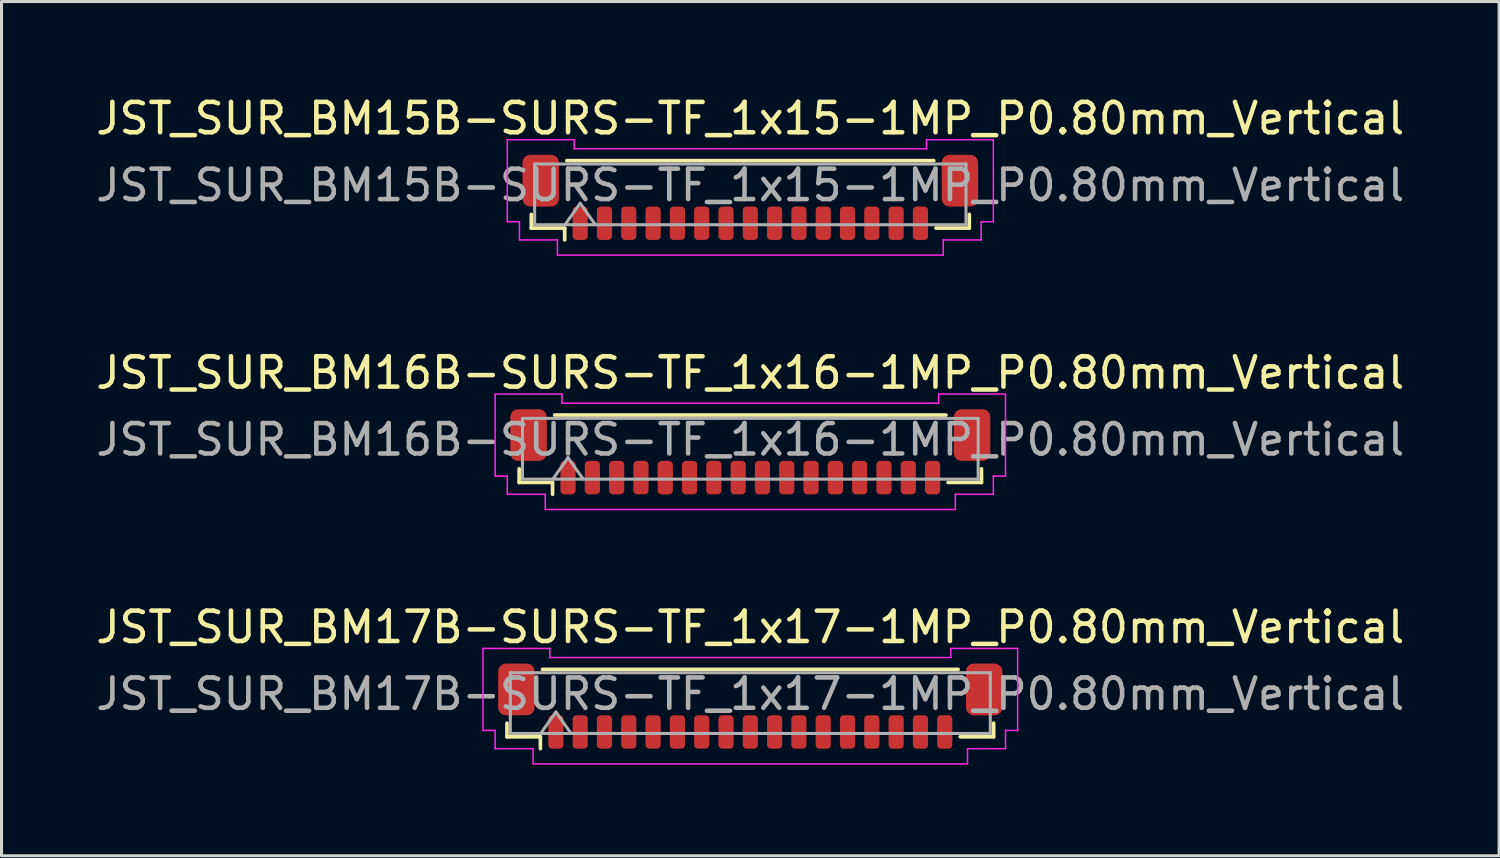
<source format=kicad_pcb>
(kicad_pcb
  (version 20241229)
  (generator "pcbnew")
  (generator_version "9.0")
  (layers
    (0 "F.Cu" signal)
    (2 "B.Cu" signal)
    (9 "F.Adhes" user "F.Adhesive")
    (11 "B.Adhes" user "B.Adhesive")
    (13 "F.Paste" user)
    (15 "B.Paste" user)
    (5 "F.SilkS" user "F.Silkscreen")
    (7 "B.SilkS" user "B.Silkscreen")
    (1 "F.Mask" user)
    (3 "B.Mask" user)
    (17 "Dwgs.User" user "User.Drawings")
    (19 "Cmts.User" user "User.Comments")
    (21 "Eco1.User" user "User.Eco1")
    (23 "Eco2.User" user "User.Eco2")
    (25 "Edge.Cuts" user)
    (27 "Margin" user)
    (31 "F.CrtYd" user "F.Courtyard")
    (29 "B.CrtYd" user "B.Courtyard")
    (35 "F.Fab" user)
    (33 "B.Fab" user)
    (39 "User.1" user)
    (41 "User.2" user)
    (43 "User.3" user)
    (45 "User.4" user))
  (footprint "JST_SUR_BM17B-SURS-TF_1x17-1MP_P0.80mm_Vertical"
    (layer "F.Cu")
    (at 21.649 20.195)
    (property "Reference" "JST_SUR_BM17B-SURS-TF_1x17-1MP_P0.80mm_Vertical" (at 0 -2.6 0) (layer "F.SilkS") (effects (font (size 1 1) (thickness 0.15))))
    (attr smd)
    (fp_line (start -8.01 0.56) (end -8.01 1.01) (stroke (width 0.12) (type solid)) (layer "F.SilkS"))
    (fp_line (start -8.01 1.01) (end -6.91 1.01) (stroke (width 0.12) (type solid)) (layer "F.SilkS"))
    (fp_line (start -6.91 1.01) (end -6.91 1.4) (stroke (width 0.12) (type solid)) (layer "F.SilkS"))
    (fp_line (start -6.84 -1.21) (end 6.84 -1.21) (stroke (width 0.12) (type solid)) (layer "F.SilkS"))
    (fp_line (start 8.01 0.56) (end 8.01 1.01) (stroke (width 0.12) (type solid)) (layer "F.SilkS"))
    (fp_line (start 8.01 1.01) (end 6.91 1.01) (stroke (width 0.12) (type solid)) (layer "F.SilkS"))
    (fp_line (start -8.8 -1.9) (end -6.6 -1.9) (stroke (width 0.05) (type solid)) (layer "F.CrtYd"))
    (fp_line (start -8.8 0.8) (end -8.8 -1.9) (stroke (width 0.05) (type solid)) (layer "F.CrtYd"))
    (fp_line (start -8.4 0.8) (end -8.8 0.8) (stroke (width 0.05) (type solid)) (layer "F.CrtYd"))
    (fp_line (start -8.4 1.4) (end -8.4 0.8) (stroke (width 0.05) (type solid)) (layer "F.CrtYd"))
    (fp_line (start -7.15 1.4) (end -8.4 1.4) (stroke (width 0.05) (type solid)) (layer "F.CrtYd"))
    (fp_line (start -7.15 1.9) (end -7.15 1.4) (stroke (width 0.05) (type solid)) (layer "F.CrtYd"))
    (fp_line (start -6.6 -1.9) (end -6.6 -1.6) (stroke (width 0.05) (type solid)) (layer "F.CrtYd"))
    (fp_line (start -6.6 -1.6) (end 6.6 -1.6) (stroke (width 0.05) (type solid)) (layer "F.CrtYd"))
    (fp_line (start 6.6 -1.9) (end 8.8 -1.9) (stroke (width 0.05) (type solid)) (layer "F.CrtYd"))
    (fp_line (start 6.6 -1.6) (end 6.6 -1.9) (stroke (width 0.05) (type solid)) (layer "F.CrtYd"))
    (fp_line (start 7.15 1.4) (end 7.15 1.9) (stroke (width 0.05) (type solid)) (layer "F.CrtYd"))
    (fp_line (start 7.15 1.9) (end -7.15 1.9) (stroke (width 0.05) (type solid)) (layer "F.CrtYd"))
    (fp_line (start 8.4 0.8) (end 8.4 1.4) (stroke (width 0.05) (type solid)) (layer "F.CrtYd"))
    (fp_line (start 8.4 1.4) (end 7.15 1.4) (stroke (width 0.05) (type solid)) (layer "F.CrtYd"))
    (fp_line (start 8.8 -1.9) (end 8.8 0.8) (stroke (width 0.05) (type solid)) (layer "F.CrtYd"))
    (fp_line (start 8.8 0.8) (end 8.4 0.8) (stroke (width 0.05) (type solid)) (layer "F.CrtYd"))
    (fp_line (start -7.9 -1.1) (end 7.9 -1.1) (stroke (width 0.1) (type solid)) (layer "F.Fab"))
    (fp_line (start -7.9 0.9) (end -7.9 -1.1) (stroke (width 0.1) (type solid)) (layer "F.Fab"))
    (fp_line (start -7.9 0.9) (end 7.9 0.9) (stroke (width 0.1) (type solid)) (layer "F.Fab"))
    (fp_line (start -6.9 0.9) (end -6.4 0.193) (stroke (width 0.1) (type solid)) (layer "F.Fab"))
    (fp_line (start -6.4 0.193) (end -5.9 0.9) (stroke (width 0.1) (type solid)) (layer "F.Fab"))
    (fp_line (start 7.9 0.9) (end 7.9 -1.1) (stroke (width 0.1) (type solid)) (layer "F.Fab"))
    (fp_text user "${REFERENCE}" (at 0 -0.4 0) (layer "F.Fab") (effects (font (size 1 1) (thickness 0.15))))
    (pad "1" smd roundrect (at -6.4 0.85) (size 0.5 1.1) (layers "F.Cu" "F.Mask" "F.Paste") (roundrect_rratio 0.25))
    (pad "2" smd roundrect (at -5.6 0.85) (size 0.5 1.1) (layers "F.Cu" "F.Mask" "F.Paste") (roundrect_rratio 0.25))
    (pad "3" smd roundrect (at -4.8 0.85) (size 0.5 1.1) (layers "F.Cu" "F.Mask" "F.Paste") (roundrect_rratio 0.25))
    (pad "4" smd roundrect (at -4 0.85) (size 0.5 1.1) (layers "F.Cu" "F.Mask" "F.Paste") (roundrect_rratio 0.25))
    (pad "5" smd roundrect (at -3.2 0.85) (size 0.5 1.1) (layers "F.Cu" "F.Mask" "F.Paste") (roundrect_rratio 0.25))
    (pad "6" smd roundrect (at -2.4 0.85) (size 0.5 1.1) (layers "F.Cu" "F.Mask" "F.Paste") (roundrect_rratio 0.25))
    (pad "7" smd roundrect (at -1.6 0.85) (size 0.5 1.1) (layers "F.Cu" "F.Mask" "F.Paste") (roundrect_rratio 0.25))
    (pad "8" smd roundrect (at -0.8 0.85) (size 0.5 1.1) (layers "F.Cu" "F.Mask" "F.Paste") (roundrect_rratio 0.25))
    (pad "9" smd roundrect (at 0 0.85) (size 0.5 1.1) (layers "F.Cu" "F.Mask" "F.Paste") (roundrect_rratio 0.25))
    (pad "10" smd roundrect (at 0.8 0.85) (size 0.5 1.1) (layers "F.Cu" "F.Mask" "F.Paste") (roundrect_rratio 0.25))
    (pad "11" smd roundrect (at 1.6 0.85) (size 0.5 1.1) (layers "F.Cu" "F.Mask" "F.Paste") (roundrect_rratio 0.25))
    (pad "12" smd roundrect (at 2.4 0.85) (size 0.5 1.1) (layers "F.Cu" "F.Mask" "F.Paste") (roundrect_rratio 0.25))
    (pad "13" smd roundrect (at 3.2 0.85) (size 0.5 1.1) (layers "F.Cu" "F.Mask" "F.Paste") (roundrect_rratio 0.25))
    (pad "14" smd roundrect (at 4 0.85) (size 0.5 1.1) (layers "F.Cu" "F.Mask" "F.Paste") (roundrect_rratio 0.25))
    (pad "15" smd roundrect (at 4.8 0.85) (size 0.5 1.1) (layers "F.Cu" "F.Mask" "F.Paste") (roundrect_rratio 0.25))
    (pad "16" smd roundrect (at 5.6 0.85) (size 0.5 1.1) (layers "F.Cu" "F.Mask" "F.Paste") (roundrect_rratio 0.25))
    (pad "17" smd roundrect (at 6.4 0.85) (size 0.5 1.1) (layers "F.Cu" "F.Mask" "F.Paste") (roundrect_rratio 0.25))
    (pad "MP" smd roundrect (at -7.7 -0.55) (size 1.2 1.7) (layers "F.Cu" "F.Mask" "F.Paste") (roundrect_rratio 0.208))
    (pad "MP" smd roundrect (at 7.7 -0.55) (size 1.2 1.7) (layers "F.Cu" "F.Mask" "F.Paste") (roundrect_rratio 0.208)))
  (footprint "JST_SUR_BM15B-SURS-TF_1x15-1MP_P0.80mm_Vertical"
    (layer "F.Cu")
    (at 21.649 3.448)
    (property "Reference" "JST_SUR_BM15B-SURS-TF_1x15-1MP_P0.80mm_Vertical" (at 0 -2.6 0) (layer "F.SilkS") (effects (font (size 1 1) (thickness 0.15))))
    (attr smd)
    (fp_line (start -7.21 0.56) (end -7.21 1.01) (stroke (width 0.12) (type solid)) (layer "F.SilkS"))
    (fp_line (start -7.21 1.01) (end -6.11 1.01) (stroke (width 0.12) (type solid)) (layer "F.SilkS"))
    (fp_line (start -6.11 1.01) (end -6.11 1.4) (stroke (width 0.12) (type solid)) (layer "F.SilkS"))
    (fp_line (start -6.04 -1.21) (end 6.04 -1.21) (stroke (width 0.12) (type solid)) (layer "F.SilkS"))
    (fp_line (start 7.21 0.56) (end 7.21 1.01) (stroke (width 0.12) (type solid)) (layer "F.SilkS"))
    (fp_line (start 7.21 1.01) (end 6.11 1.01) (stroke (width 0.12) (type solid)) (layer "F.SilkS"))
    (fp_line (start -8 -1.9) (end -5.8 -1.9) (stroke (width 0.05) (type solid)) (layer "F.CrtYd"))
    (fp_line (start -8 0.8) (end -8 -1.9) (stroke (width 0.05) (type solid)) (layer "F.CrtYd"))
    (fp_line (start -7.6 0.8) (end -8 0.8) (stroke (width 0.05) (type solid)) (layer "F.CrtYd"))
    (fp_line (start -7.6 1.4) (end -7.6 0.8) (stroke (width 0.05) (type solid)) (layer "F.CrtYd"))
    (fp_line (start -6.35 1.4) (end -7.6 1.4) (stroke (width 0.05) (type solid)) (layer "F.CrtYd"))
    (fp_line (start -6.35 1.9) (end -6.35 1.4) (stroke (width 0.05) (type solid)) (layer "F.CrtYd"))
    (fp_line (start -5.8 -1.9) (end -5.8 -1.6) (stroke (width 0.05) (type solid)) (layer "F.CrtYd"))
    (fp_line (start -5.8 -1.6) (end 5.8 -1.6) (stroke (width 0.05) (type solid)) (layer "F.CrtYd"))
    (fp_line (start 5.8 -1.9) (end 8 -1.9) (stroke (width 0.05) (type solid)) (layer "F.CrtYd"))
    (fp_line (start 5.8 -1.6) (end 5.8 -1.9) (stroke (width 0.05) (type solid)) (layer "F.CrtYd"))
    (fp_line (start 6.35 1.4) (end 6.35 1.9) (stroke (width 0.05) (type solid)) (layer "F.CrtYd"))
    (fp_line (start 6.35 1.9) (end -6.35 1.9) (stroke (width 0.05) (type solid)) (layer "F.CrtYd"))
    (fp_line (start 7.6 0.8) (end 7.6 1.4) (stroke (width 0.05) (type solid)) (layer "F.CrtYd"))
    (fp_line (start 7.6 1.4) (end 6.35 1.4) (stroke (width 0.05) (type solid)) (layer "F.CrtYd"))
    (fp_line (start 8 -1.9) (end 8 0.8) (stroke (width 0.05) (type solid)) (layer "F.CrtYd"))
    (fp_line (start 8 0.8) (end 7.6 0.8) (stroke (width 0.05) (type solid)) (layer "F.CrtYd"))
    (fp_line (start -7.1 -1.1) (end 7.1 -1.1) (stroke (width 0.1) (type solid)) (layer "F.Fab"))
    (fp_line (start -7.1 0.9) (end -7.1 -1.1) (stroke (width 0.1) (type solid)) (layer "F.Fab"))
    (fp_line (start -7.1 0.9) (end 7.1 0.9) (stroke (width 0.1) (type solid)) (layer "F.Fab"))
    (fp_line (start -6.1 0.9) (end -5.6 0.193) (stroke (width 0.1) (type solid)) (layer "F.Fab"))
    (fp_line (start -5.6 0.193) (end -5.1 0.9) (stroke (width 0.1) (type solid)) (layer "F.Fab"))
    (fp_line (start 7.1 0.9) (end 7.1 -1.1) (stroke (width 0.1) (type solid)) (layer "F.Fab"))
    (fp_text user "${REFERENCE}" (at 0 -0.4 0) (layer "F.Fab") (effects (font (size 1 1) (thickness 0.15))))
    (pad "1" smd roundrect (at -5.6 0.85) (size 0.5 1.1) (layers "F.Cu" "F.Mask" "F.Paste") (roundrect_rratio 0.25))
    (pad "2" smd roundrect (at -4.8 0.85) (size 0.5 1.1) (layers "F.Cu" "F.Mask" "F.Paste") (roundrect_rratio 0.25))
    (pad "3" smd roundrect (at -4 0.85) (size 0.5 1.1) (layers "F.Cu" "F.Mask" "F.Paste") (roundrect_rratio 0.25))
    (pad "4" smd roundrect (at -3.2 0.85) (size 0.5 1.1) (layers "F.Cu" "F.Mask" "F.Paste") (roundrect_rratio 0.25))
    (pad "5" smd roundrect (at -2.4 0.85) (size 0.5 1.1) (layers "F.Cu" "F.Mask" "F.Paste") (roundrect_rratio 0.25))
    (pad "6" smd roundrect (at -1.6 0.85) (size 0.5 1.1) (layers "F.Cu" "F.Mask" "F.Paste") (roundrect_rratio 0.25))
    (pad "7" smd roundrect (at -0.8 0.85) (size 0.5 1.1) (layers "F.Cu" "F.Mask" "F.Paste") (roundrect_rratio 0.25))
    (pad "8" smd roundrect (at 0 0.85) (size 0.5 1.1) (layers "F.Cu" "F.Mask" "F.Paste") (roundrect_rratio 0.25))
    (pad "9" smd roundrect (at 0.8 0.85) (size 0.5 1.1) (layers "F.Cu" "F.Mask" "F.Paste") (roundrect_rratio 0.25))
    (pad "10" smd roundrect (at 1.6 0.85) (size 0.5 1.1) (layers "F.Cu" "F.Mask" "F.Paste") (roundrect_rratio 0.25))
    (pad "11" smd roundrect (at 2.4 0.85) (size 0.5 1.1) (layers "F.Cu" "F.Mask" "F.Paste") (roundrect_rratio 0.25))
    (pad "12" smd roundrect (at 3.2 0.85) (size 0.5 1.1) (layers "F.Cu" "F.Mask" "F.Paste") (roundrect_rratio 0.25))
    (pad "13" smd roundrect (at 4 0.85) (size 0.5 1.1) (layers "F.Cu" "F.Mask" "F.Paste") (roundrect_rratio 0.25))
    (pad "14" smd roundrect (at 4.8 0.85) (size 0.5 1.1) (layers "F.Cu" "F.Mask" "F.Paste") (roundrect_rratio 0.25))
    (pad "15" smd roundrect (at 5.6 0.85) (size 0.5 1.1) (layers "F.Cu" "F.Mask" "F.Paste") (roundrect_rratio 0.25))
    (pad "MP" smd roundrect (at -6.9 -0.55) (size 1.2 1.7) (layers "F.Cu" "F.Mask" "F.Paste") (roundrect_rratio 0.208))
    (pad "MP" smd roundrect (at 6.9 -0.55) (size 1.2 1.7) (layers "F.Cu" "F.Mask" "F.Paste") (roundrect_rratio 0.208)))
  (footprint "JST_SUR_BM16B-SURS-TF_1x16-1MP_P0.80mm_Vertical"
    (layer "F.Cu")
    (at 21.649 11.822)
    (property "Reference" "JST_SUR_BM16B-SURS-TF_1x16-1MP_P0.80mm_Vertical" (at 0 -2.6 0) (layer "F.SilkS") (effects (font (size 1 1) (thickness 0.15))))
    (attr smd)
    (fp_line (start -7.61 0.56) (end -7.61 1.01) (stroke (width 0.12) (type solid)) (layer "F.SilkS"))
    (fp_line (start -7.61 1.01) (end -6.51 1.01) (stroke (width 0.12) (type solid)) (layer "F.SilkS"))
    (fp_line (start -6.51 1.01) (end -6.51 1.4) (stroke (width 0.12) (type solid)) (layer "F.SilkS"))
    (fp_line (start -6.44 -1.21) (end 6.44 -1.21) (stroke (width 0.12) (type solid)) (layer "F.SilkS"))
    (fp_line (start 7.61 0.56) (end 7.61 1.01) (stroke (width 0.12) (type solid)) (layer "F.SilkS"))
    (fp_line (start 7.61 1.01) (end 6.51 1.01) (stroke (width 0.12) (type solid)) (layer "F.SilkS"))
    (fp_line (start -8.4 -1.9) (end -6.2 -1.9) (stroke (width 0.05) (type solid)) (layer "F.CrtYd"))
    (fp_line (start -8.4 0.8) (end -8.4 -1.9) (stroke (width 0.05) (type solid)) (layer "F.CrtYd"))
    (fp_line (start -8 0.8) (end -8.4 0.8) (stroke (width 0.05) (type solid)) (layer "F.CrtYd"))
    (fp_line (start -8 1.4) (end -8 0.8) (stroke (width 0.05) (type solid)) (layer "F.CrtYd"))
    (fp_line (start -6.75 1.4) (end -8 1.4) (stroke (width 0.05) (type solid)) (layer "F.CrtYd"))
    (fp_line (start -6.75 1.9) (end -6.75 1.4) (stroke (width 0.05) (type solid)) (layer "F.CrtYd"))
    (fp_line (start -6.2 -1.9) (end -6.2 -1.6) (stroke (width 0.05) (type solid)) (layer "F.CrtYd"))
    (fp_line (start -6.2 -1.6) (end 6.2 -1.6) (stroke (width 0.05) (type solid)) (layer "F.CrtYd"))
    (fp_line (start 6.2 -1.9) (end 8.4 -1.9) (stroke (width 0.05) (type solid)) (layer "F.CrtYd"))
    (fp_line (start 6.2 -1.6) (end 6.2 -1.9) (stroke (width 0.05) (type solid)) (layer "F.CrtYd"))
    (fp_line (start 6.75 1.4) (end 6.75 1.9) (stroke (width 0.05) (type solid)) (layer "F.CrtYd"))
    (fp_line (start 6.75 1.9) (end -6.75 1.9) (stroke (width 0.05) (type solid)) (layer "F.CrtYd"))
    (fp_line (start 8 0.8) (end 8 1.4) (stroke (width 0.05) (type solid)) (layer "F.CrtYd"))
    (fp_line (start 8 1.4) (end 6.75 1.4) (stroke (width 0.05) (type solid)) (layer "F.CrtYd"))
    (fp_line (start 8.4 -1.9) (end 8.4 0.8) (stroke (width 0.05) (type solid)) (layer "F.CrtYd"))
    (fp_line (start 8.4 0.8) (end 8 0.8) (stroke (width 0.05) (type solid)) (layer "F.CrtYd"))
    (fp_line (start -7.5 -1.1) (end 7.5 -1.1) (stroke (width 0.1) (type solid)) (layer "F.Fab"))
    (fp_line (start -7.5 0.9) (end -7.5 -1.1) (stroke (width 0.1) (type solid)) (layer "F.Fab"))
    (fp_line (start -7.5 0.9) (end 7.5 0.9) (stroke (width 0.1) (type solid)) (layer "F.Fab"))
    (fp_line (start -6.5 0.9) (end -6 0.193) (stroke (width 0.1) (type solid)) (layer "F.Fab"))
    (fp_line (start -6 0.193) (end -5.5 0.9) (stroke (width 0.1) (type solid)) (layer "F.Fab"))
    (fp_line (start 7.5 0.9) (end 7.5 -1.1) (stroke (width 0.1) (type solid)) (layer "F.Fab"))
    (fp_text user "${REFERENCE}" (at 0 -0.4 0) (layer "F.Fab") (effects (font (size 1 1) (thickness 0.15))))
    (pad "1" smd roundrect (at -6 0.85) (size 0.5 1.1) (layers "F.Cu" "F.Mask" "F.Paste") (roundrect_rratio 0.25))
    (pad "2" smd roundrect (at -5.2 0.85) (size 0.5 1.1) (layers "F.Cu" "F.Mask" "F.Paste") (roundrect_rratio 0.25))
    (pad "3" smd roundrect (at -4.4 0.85) (size 0.5 1.1) (layers "F.Cu" "F.Mask" "F.Paste") (roundrect_rratio 0.25))
    (pad "4" smd roundrect (at -3.6 0.85) (size 0.5 1.1) (layers "F.Cu" "F.Mask" "F.Paste") (roundrect_rratio 0.25))
    (pad "5" smd roundrect (at -2.8 0.85) (size 0.5 1.1) (layers "F.Cu" "F.Mask" "F.Paste") (roundrect_rratio 0.25))
    (pad "6" smd roundrect (at -2 0.85) (size 0.5 1.1) (layers "F.Cu" "F.Mask" "F.Paste") (roundrect_rratio 0.25))
    (pad "7" smd roundrect (at -1.2 0.85) (size 0.5 1.1) (layers "F.Cu" "F.Mask" "F.Paste") (roundrect_rratio 0.25))
    (pad "8" smd roundrect (at -0.4 0.85) (size 0.5 1.1) (layers "F.Cu" "F.Mask" "F.Paste") (roundrect_rratio 0.25))
    (pad "9" smd roundrect (at 0.4 0.85) (size 0.5 1.1) (layers "F.Cu" "F.Mask" "F.Paste") (roundrect_rratio 0.25))
    (pad "10" smd roundrect (at 1.2 0.85) (size 0.5 1.1) (layers "F.Cu" "F.Mask" "F.Paste") (roundrect_rratio 0.25))
    (pad "11" smd roundrect (at 2 0.85) (size 0.5 1.1) (layers "F.Cu" "F.Mask" "F.Paste") (roundrect_rratio 0.25))
    (pad "12" smd roundrect (at 2.8 0.85) (size 0.5 1.1) (layers "F.Cu" "F.Mask" "F.Paste") (roundrect_rratio 0.25))
    (pad "13" smd roundrect (at 3.6 0.85) (size 0.5 1.1) (layers "F.Cu" "F.Mask" "F.Paste") (roundrect_rratio 0.25))
    (pad "14" smd roundrect (at 4.4 0.85) (size 0.5 1.1) (layers "F.Cu" "F.Mask" "F.Paste") (roundrect_rratio 0.25))
    (pad "15" smd roundrect (at 5.2 0.85) (size 0.5 1.1) (layers "F.Cu" "F.Mask" "F.Paste") (roundrect_rratio 0.25))
    (pad "16" smd roundrect (at 6 0.85) (size 0.5 1.1) (layers "F.Cu" "F.Mask" "F.Paste") (roundrect_rratio 0.25))
    (pad "MP" smd roundrect (at -7.3 -0.55) (size 1.2 1.7) (layers "F.Cu" "F.Mask" "F.Paste") (roundrect_rratio 0.208))
    (pad "MP" smd roundrect (at 7.3 -0.55) (size 1.2 1.7) (layers "F.Cu" "F.Mask" "F.Paste") (roundrect_rratio 0.208)))
  (gr_rect
    (start -3 -3)
    (end 46.298 25.12)
    (stroke (width 0.1) (type default))
    (fill no)
    (layer "Edge.Cuts")))
</source>
